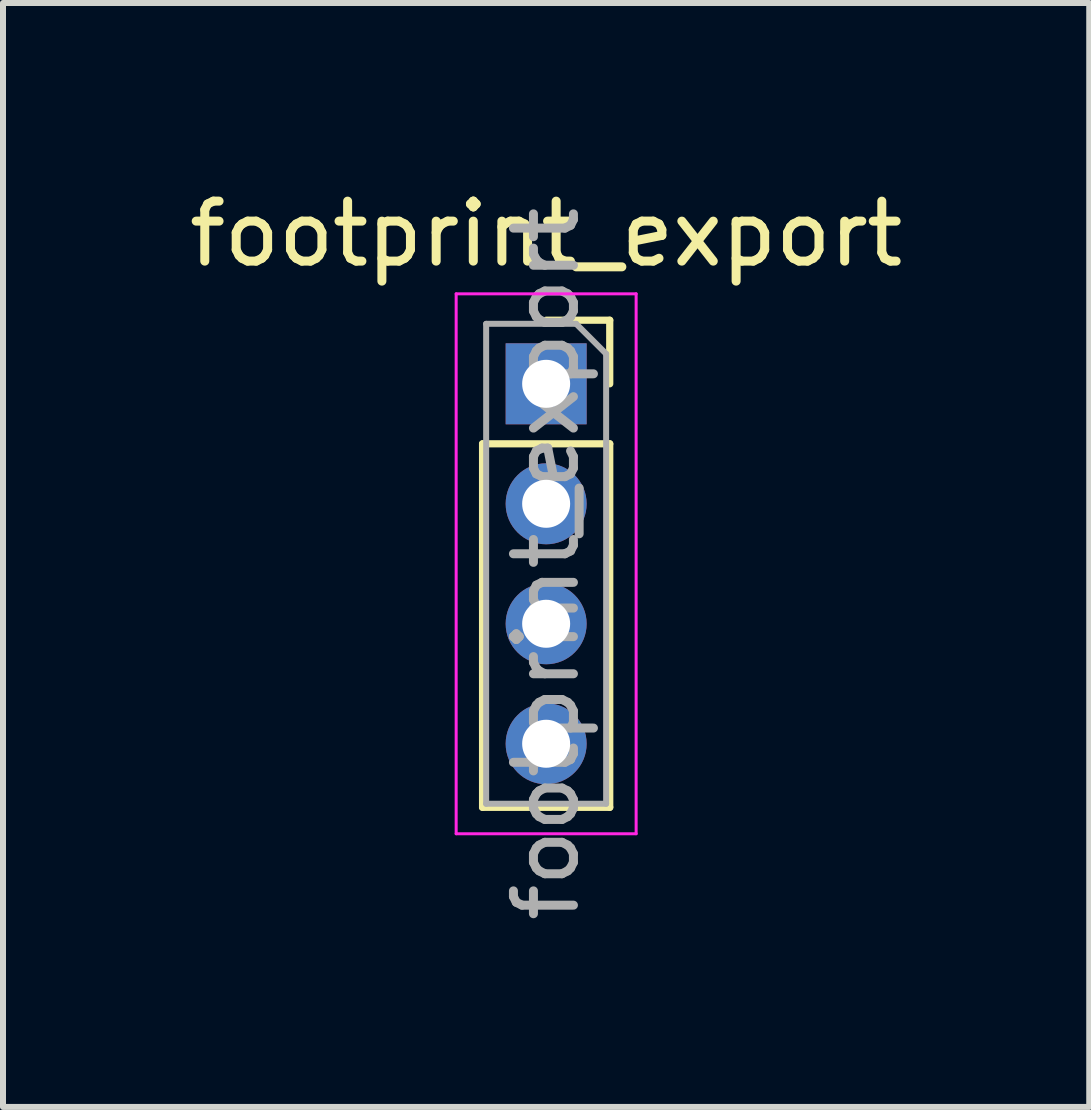
<source format=kicad_pcb>
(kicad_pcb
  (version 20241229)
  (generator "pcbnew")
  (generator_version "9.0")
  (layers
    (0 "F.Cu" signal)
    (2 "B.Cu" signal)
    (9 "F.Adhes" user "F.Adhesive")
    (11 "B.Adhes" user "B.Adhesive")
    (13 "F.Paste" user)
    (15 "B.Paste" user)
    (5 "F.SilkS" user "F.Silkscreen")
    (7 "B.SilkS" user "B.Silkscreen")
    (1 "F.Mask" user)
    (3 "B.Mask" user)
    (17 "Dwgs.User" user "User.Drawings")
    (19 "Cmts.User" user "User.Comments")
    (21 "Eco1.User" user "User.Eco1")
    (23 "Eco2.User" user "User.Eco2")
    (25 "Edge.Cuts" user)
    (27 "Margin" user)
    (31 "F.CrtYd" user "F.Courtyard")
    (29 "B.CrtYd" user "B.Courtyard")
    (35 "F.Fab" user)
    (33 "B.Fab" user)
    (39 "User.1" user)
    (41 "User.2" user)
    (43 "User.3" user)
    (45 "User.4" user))
  (footprint "footprint_export"
    (layer "F.Cu")
    (at 6.054 3.348)
    (property "Reference" "footprint_export" (at 0 -2.5 0) (layer "F.SilkS") (effects (font (size 1 1) (thickness 0.15))))
    (attr through_hole)
    (fp_line (start -1.06 1) (end -1.06 7.06) (stroke (width 0.12) (type solid)) (layer "F.SilkS"))
    (fp_line (start -1.06 1) (end 1.06 1) (stroke (width 0.12) (type solid)) (layer "F.SilkS"))
    (fp_line (start -1.06 7.06) (end 1.06 7.06) (stroke (width 0.12) (type solid)) (layer "F.SilkS"))
    (fp_line (start 0 -1.06) (end 1.06 -1.06) (stroke (width 0.12) (type solid)) (layer "F.SilkS"))
    (fp_line (start 1.06 -1.06) (end 1.06 0) (stroke (width 0.12) (type solid)) (layer "F.SilkS"))
    (fp_line (start 1.06 1) (end 1.06 7.06) (stroke (width 0.12) (type solid)) (layer "F.SilkS"))
    (fp_line (start -1.5 -1.5) (end 1.5 -1.5) (stroke (width 0.05) (type solid)) (layer "F.CrtYd"))
    (fp_line (start -1.5 7.5) (end -1.5 -1.5) (stroke (width 0.05) (type solid)) (layer "F.CrtYd"))
    (fp_line (start 1.5 -1.5) (end 1.5 7.5) (stroke (width 0.05) (type solid)) (layer "F.CrtYd"))
    (fp_line (start 1.5 7.5) (end -1.5 7.5) (stroke (width 0.05) (type solid)) (layer "F.CrtYd"))
    (fp_line (start -1 -1) (end 0.5 -1) (stroke (width 0.1) (type solid)) (layer "F.Fab"))
    (fp_line (start -1 7) (end -1 -1) (stroke (width 0.1) (type solid)) (layer "F.Fab"))
    (fp_line (start 0.5 -1) (end 1 -0.5) (stroke (width 0.1) (type solid)) (layer "F.Fab"))
    (fp_line (start 1 -0.5) (end 1 7) (stroke (width 0.1) (type solid)) (layer "F.Fab"))
    (fp_line (start 1 7) (end -1 7) (stroke (width 0.1) (type solid)) (layer "F.Fab"))
    (fp_text user "${REFERENCE}" (at 0 3 90) (layer "F.Fab") (effects (font (size 1 1) (thickness 0.15))))
    (pad "1" thru_hole rect (at 0 0) (size 1.35 1.35) (drill 0.8) (layers "*.Cu" "*.Mask"))
    (pad "2" thru_hole oval (at 0 2) (size 1.35 1.35) (drill 0.8) (layers "*.Cu" "*.Mask"))
    (pad "3" thru_hole oval (at 0 4) (size 1.35 1.35) (drill 0.8) (layers "*.Cu" "*.Mask"))
    (pad "4" thru_hole oval (at 0 6) (size 1.35 1.35) (drill 0.8) (layers "*.Cu" "*.Mask")))
  (gr_rect
    (start -3 -3)
    (end 15.107 15.402)
    (stroke (width 0.1) (type default))
    (fill no)
    (layer "Edge.Cuts")))
</source>
